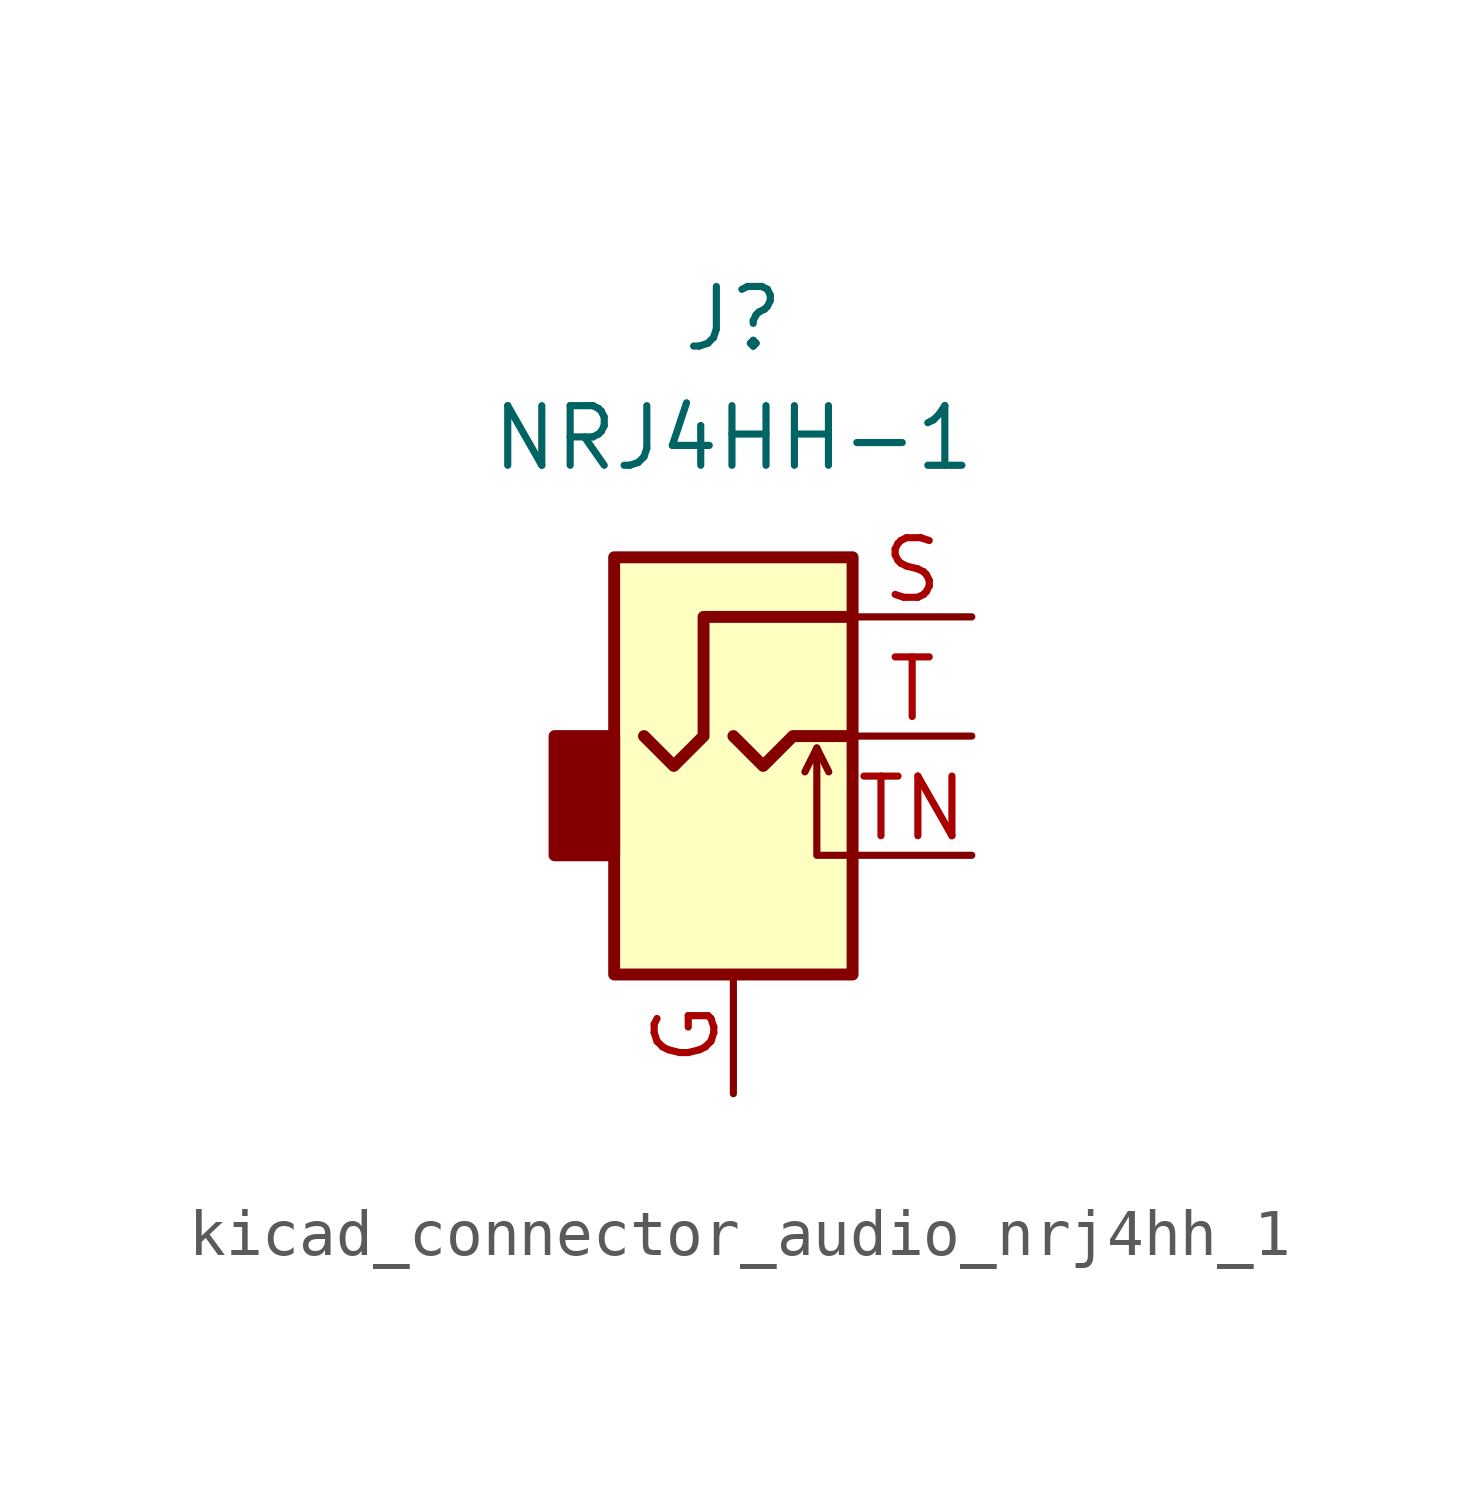
<source format=kicad_sym>
(kicad_symbol_lib
  (version 20220914)
  (generator kicad_symbol_editor)
  (symbol "kicad_connector_audio_nrj4hh_1"
    (property "Reference" "J"
      (at 0 8.89 0)
      (effects (font (size 1.27 1.27))))
    (property "Value" "NRJ4HH-1"
      (at 0 6.35 0)
      (effects (font (size 1.27 1.27))))
    (symbol "kicad_connector_audio_nrj4hh_1_0_1"
      (rectangle (start -2.54 0) (end -3.81 -2.54) (stroke (width 0.254) (type default)) (fill (type outline)))
      (polyline (pts (xy 1.778 -0.254) (xy 2.032 -0.762)) (stroke (width 0) (type default)) (fill (type none)))
      (polyline (pts (xy 0 0) (xy 0.635 -0.635) (xy 1.27 0) (xy 2.54 0)) (stroke (width 0.254) (type default)) (fill (type none)))
      (polyline (pts (xy 2.54 -2.54) (xy 1.778 -2.54) (xy 1.778 -0.254) (xy 1.524 -0.762)) (stroke (width 0) (type default)) (fill (type none)))
      (polyline (pts (xy 2.54 2.54) (xy -0.635 2.54) (xy -0.635 0) (xy -1.27 -0.635) (xy -1.905 0)) (stroke (width 0.254) (type default)) (fill (type none)))
      (rectangle (start 2.54 3.81) (end -2.54 -5.08) (stroke (width 0.254) (type default)) (fill (type background))))
    (symbol "kicad_connector_audio_nrj4hh_1_1_1"
      (pin passive line (at 0 -7.62 90) (length 2.54) (name "~" (effects (font (size 1.27 1.27)))) (number "G" (effects (font (size 1.27 1.27)))))
      (pin passive line (at 5.08 2.54 180) (length 2.54) (name "~" (effects (font (size 1.27 1.27)))) (number "S" (effects (font (size 1.27 1.27)))))
      (pin passive line (at 5.08 0 180) (length 2.54) (name "~" (effects (font (size 1.27 1.27)))) (number "T" (effects (font (size 1.27 1.27)))))
      (pin passive line (at 5.08 -2.54 180) (length 2.54) (name "~" (effects (font (size 1.27 1.27)))) (number "TN" (effects (font (size 1.27 1.27))))))))
</source>
